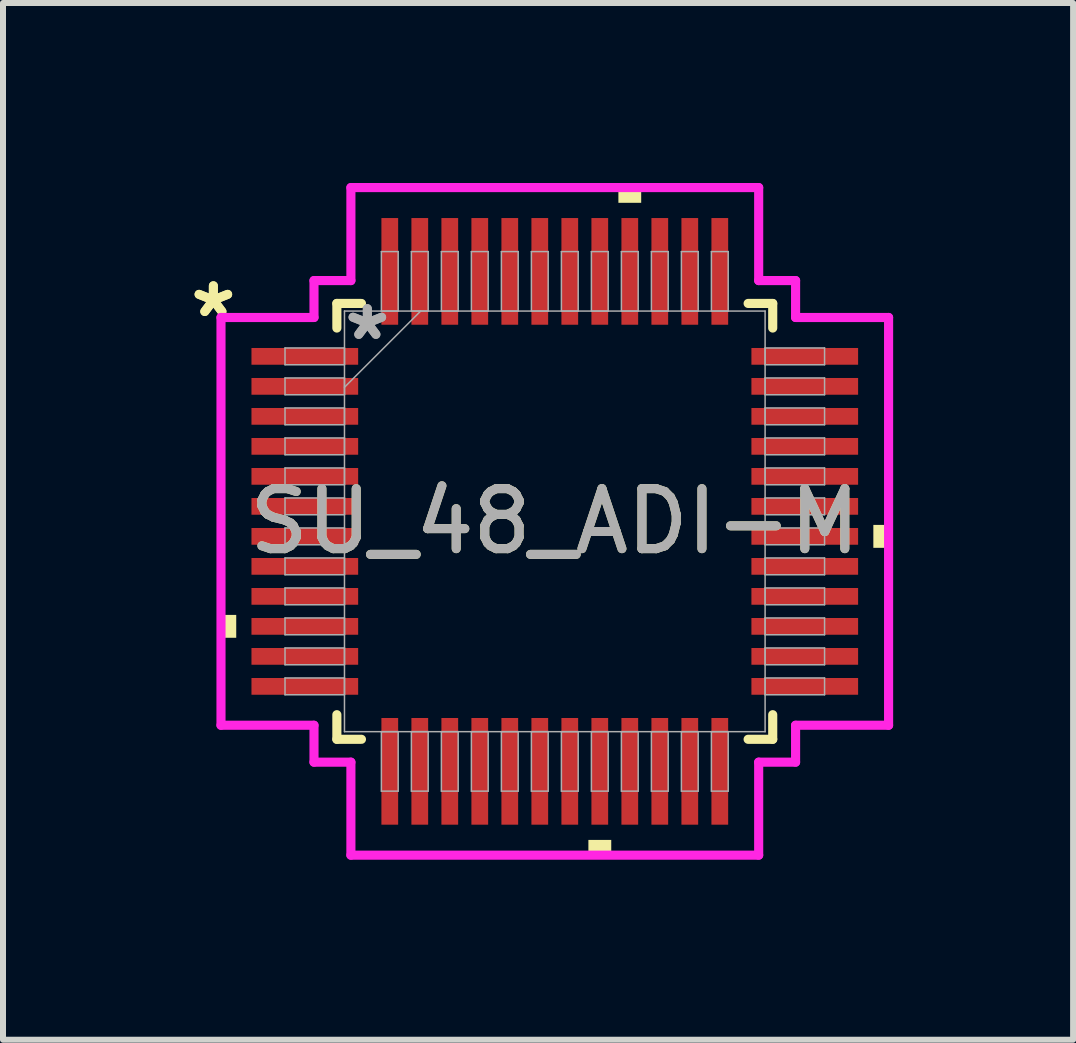
<source format=kicad_pcb>
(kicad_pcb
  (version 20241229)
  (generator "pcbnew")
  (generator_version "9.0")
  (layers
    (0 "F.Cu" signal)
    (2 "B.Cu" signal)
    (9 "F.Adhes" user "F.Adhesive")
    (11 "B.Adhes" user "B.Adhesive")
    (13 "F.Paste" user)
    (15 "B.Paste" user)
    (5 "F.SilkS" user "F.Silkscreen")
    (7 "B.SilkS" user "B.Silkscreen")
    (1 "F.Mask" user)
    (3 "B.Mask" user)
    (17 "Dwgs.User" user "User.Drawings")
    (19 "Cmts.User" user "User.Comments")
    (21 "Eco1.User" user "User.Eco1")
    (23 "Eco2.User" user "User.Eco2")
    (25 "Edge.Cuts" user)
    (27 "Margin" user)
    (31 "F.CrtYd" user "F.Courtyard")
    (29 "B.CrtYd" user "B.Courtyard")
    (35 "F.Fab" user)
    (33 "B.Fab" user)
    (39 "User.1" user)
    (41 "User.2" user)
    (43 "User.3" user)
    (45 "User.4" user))
  (footprint "SU_48_ADI-M"
    (layer "F.Cu")
    (at 6.196 5.639)
    (property "Reference" "SU_48_ADI-M" (at 0 0 0) (unlocked yes) (layer "F.SilkS") (effects (font (size 1 1) (thickness 0.15))))
    (attr smd)
    (fp_line (start -3.632 -3.632) (end -3.632 -3.222) (stroke (width 0.152) (type solid)) (layer "F.SilkS"))
    (fp_line (start -3.632 3.222) (end -3.632 3.632) (stroke (width 0.152) (type solid)) (layer "F.SilkS"))
    (fp_line (start -3.632 3.632) (end -3.222 3.632) (stroke (width 0.152) (type solid)) (layer "F.SilkS"))
    (fp_line (start -3.222 -3.632) (end -3.632 -3.632) (stroke (width 0.152) (type solid)) (layer "F.SilkS"))
    (fp_line (start 3.222 3.632) (end 3.632 3.632) (stroke (width 0.152) (type solid)) (layer "F.SilkS"))
    (fp_line (start 3.632 -3.632) (end 3.222 -3.632) (stroke (width 0.152) (type solid)) (layer "F.SilkS"))
    (fp_line (start 3.632 -3.222) (end 3.632 -3.632) (stroke (width 0.152) (type solid)) (layer "F.SilkS"))
    (fp_line (start 3.632 3.632) (end 3.632 3.222) (stroke (width 0.152) (type solid)) (layer "F.SilkS"))
    (fp_poly (pts (xy -5.563 1.559) (xy -5.563 1.94) (xy -5.309 1.94) (xy -5.309 1.559)) (stroke (width 0) (type solid)) (fill yes) (layer "F.SilkS"))
    (fp_poly (pts (xy 0.56 5.309) (xy 0.56 5.563) (xy 0.941 5.563) (xy 0.941 5.309)) (stroke (width 0) (type solid)) (fill yes) (layer "F.SilkS"))
    (fp_poly (pts (xy 1.06 -5.309) (xy 1.06 -5.563) (xy 1.44 -5.563) (xy 1.44 -5.309)) (stroke (width 0) (type solid)) (fill yes) (layer "F.SilkS"))
    (fp_poly (pts (xy 5.563 0.059) (xy 5.563 0.441) (xy 5.309 0.441) (xy 5.309 0.059)) (stroke (width 0) (type solid)) (fill yes) (layer "F.SilkS"))
    (fp_line (start -5.563 -3.398) (end -4.013 -3.398) (stroke (width 0.152) (type solid)) (layer "F.CrtYd"))
    (fp_line (start -5.563 3.398) (end -5.563 -3.398) (stroke (width 0.152) (type solid)) (layer "F.CrtYd"))
    (fp_line (start -4.013 -4.013) (end -3.398 -4.013) (stroke (width 0.152) (type solid)) (layer "F.CrtYd"))
    (fp_line (start -4.013 -3.398) (end -4.013 -4.013) (stroke (width 0.152) (type solid)) (layer "F.CrtYd"))
    (fp_line (start -4.013 3.398) (end -5.563 3.398) (stroke (width 0.152) (type solid)) (layer "F.CrtYd"))
    (fp_line (start -4.013 4.013) (end -4.013 3.398) (stroke (width 0.152) (type solid)) (layer "F.CrtYd"))
    (fp_line (start -4.013 4.013) (end -3.398 4.013) (stroke (width 0.152) (type solid)) (layer "F.CrtYd"))
    (fp_line (start -3.398 -5.563) (end 3.398 -5.563) (stroke (width 0.152) (type solid)) (layer "F.CrtYd"))
    (fp_line (start -3.398 -4.013) (end -3.398 -5.563) (stroke (width 0.152) (type solid)) (layer "F.CrtYd"))
    (fp_line (start -3.398 4.013) (end -3.398 5.563) (stroke (width 0.152) (type solid)) (layer "F.CrtYd"))
    (fp_line (start -3.398 5.563) (end 3.398 5.563) (stroke (width 0.152) (type solid)) (layer "F.CrtYd"))
    (fp_line (start 3.398 -5.563) (end 3.398 -4.013) (stroke (width 0.152) (type solid)) (layer "F.CrtYd"))
    (fp_line (start 3.398 -4.013) (end 4.013 -4.013) (stroke (width 0.152) (type solid)) (layer "F.CrtYd"))
    (fp_line (start 3.398 4.013) (end 4.013 4.013) (stroke (width 0.152) (type solid)) (layer "F.CrtYd"))
    (fp_line (start 3.398 5.563) (end 3.398 4.013) (stroke (width 0.152) (type solid)) (layer "F.CrtYd"))
    (fp_line (start 4.013 -3.398) (end 4.013 -4.013) (stroke (width 0.152) (type solid)) (layer "F.CrtYd"))
    (fp_line (start 4.013 3.398) (end 5.563 3.398) (stroke (width 0.152) (type solid)) (layer "F.CrtYd"))
    (fp_line (start 4.013 4.013) (end 4.013 3.398) (stroke (width 0.152) (type solid)) (layer "F.CrtYd"))
    (fp_line (start 5.563 -3.398) (end 4.013 -3.398) (stroke (width 0.152) (type solid)) (layer "F.CrtYd"))
    (fp_line (start 5.563 3.398) (end 5.563 -3.398) (stroke (width 0.152) (type solid)) (layer "F.CrtYd"))
    (fp_line (start -4.496 -2.89) (end -4.496 -2.61) (stroke (width 0.025) (type solid)) (layer "F.Fab"))
    (fp_line (start -4.496 -2.61) (end -3.505 -2.61) (stroke (width 0.025) (type solid)) (layer "F.Fab"))
    (fp_line (start -4.496 -2.39) (end -4.496 -2.11) (stroke (width 0.025) (type solid)) (layer "F.Fab"))
    (fp_line (start -4.496 -2.11) (end -3.505 -2.11) (stroke (width 0.025) (type solid)) (layer "F.Fab"))
    (fp_line (start -4.496 -1.89) (end -4.496 -1.61) (stroke (width 0.025) (type solid)) (layer "F.Fab"))
    (fp_line (start -4.496 -1.61) (end -3.505 -1.61) (stroke (width 0.025) (type solid)) (layer "F.Fab"))
    (fp_line (start -4.496 -1.39) (end -4.496 -1.11) (stroke (width 0.025) (type solid)) (layer "F.Fab"))
    (fp_line (start -4.496 -1.11) (end -3.505 -1.11) (stroke (width 0.025) (type solid)) (layer "F.Fab"))
    (fp_line (start -4.496 -0.89) (end -4.496 -0.61) (stroke (width 0.025) (type solid)) (layer "F.Fab"))
    (fp_line (start -4.496 -0.61) (end -3.505 -0.61) (stroke (width 0.025) (type solid)) (layer "F.Fab"))
    (fp_line (start -4.496 -0.39) (end -4.496 -0.11) (stroke (width 0.025) (type solid)) (layer "F.Fab"))
    (fp_line (start -4.496 -0.11) (end -3.505 -0.11) (stroke (width 0.025) (type solid)) (layer "F.Fab"))
    (fp_line (start -4.496 0.11) (end -4.496 0.39) (stroke (width 0.025) (type solid)) (layer "F.Fab"))
    (fp_line (start -4.496 0.39) (end -3.505 0.39) (stroke (width 0.025) (type solid)) (layer "F.Fab"))
    (fp_line (start -4.496 0.61) (end -4.496 0.89) (stroke (width 0.025) (type solid)) (layer "F.Fab"))
    (fp_line (start -4.496 0.89) (end -3.505 0.89) (stroke (width 0.025) (type solid)) (layer "F.Fab"))
    (fp_line (start -4.496 1.11) (end -4.496 1.39) (stroke (width 0.025) (type solid)) (layer "F.Fab"))
    (fp_line (start -4.496 1.39) (end -3.505 1.39) (stroke (width 0.025) (type solid)) (layer "F.Fab"))
    (fp_line (start -4.496 1.61) (end -4.496 1.89) (stroke (width 0.025) (type solid)) (layer "F.Fab"))
    (fp_line (start -4.496 1.89) (end -3.505 1.89) (stroke (width 0.025) (type solid)) (layer "F.Fab"))
    (fp_line (start -4.496 2.11) (end -4.496 2.39) (stroke (width 0.025) (type solid)) (layer "F.Fab"))
    (fp_line (start -4.496 2.39) (end -3.505 2.39) (stroke (width 0.025) (type solid)) (layer "F.Fab"))
    (fp_line (start -4.496 2.61) (end -4.496 2.89) (stroke (width 0.025) (type solid)) (layer "F.Fab"))
    (fp_line (start -4.496 2.89) (end -3.505 2.89) (stroke (width 0.025) (type solid)) (layer "F.Fab"))
    (fp_line (start -3.505 -3.505) (end -3.505 3.505) (stroke (width 0.025) (type solid)) (layer "F.Fab"))
    (fp_line (start -3.505 -2.89) (end -4.496 -2.89) (stroke (width 0.025) (type solid)) (layer "F.Fab"))
    (fp_line (start -3.505 -2.61) (end -3.505 -2.89) (stroke (width 0.025) (type solid)) (layer "F.Fab"))
    (fp_line (start -3.505 -2.39) (end -4.496 -2.39) (stroke (width 0.025) (type solid)) (layer "F.Fab"))
    (fp_line (start -3.505 -2.235) (end -2.235 -3.505) (stroke (width 0.025) (type solid)) (layer "F.Fab"))
    (fp_line (start -3.505 -2.11) (end -3.505 -2.39) (stroke (width 0.025) (type solid)) (layer "F.Fab"))
    (fp_line (start -3.505 -1.89) (end -4.496 -1.89) (stroke (width 0.025) (type solid)) (layer "F.Fab"))
    (fp_line (start -3.505 -1.61) (end -3.505 -1.89) (stroke (width 0.025) (type solid)) (layer "F.Fab"))
    (fp_line (start -3.505 -1.39) (end -4.496 -1.39) (stroke (width 0.025) (type solid)) (layer "F.Fab"))
    (fp_line (start -3.505 -1.11) (end -3.505 -1.39) (stroke (width 0.025) (type solid)) (layer "F.Fab"))
    (fp_line (start -3.505 -0.89) (end -4.496 -0.89) (stroke (width 0.025) (type solid)) (layer "F.Fab"))
    (fp_line (start -3.505 -0.61) (end -3.505 -0.89) (stroke (width 0.025) (type solid)) (layer "F.Fab"))
    (fp_line (start -3.505 -0.39) (end -4.496 -0.39) (stroke (width 0.025) (type solid)) (layer "F.Fab"))
    (fp_line (start -3.505 -0.11) (end -3.505 -0.39) (stroke (width 0.025) (type solid)) (layer "F.Fab"))
    (fp_line (start -3.505 0.11) (end -4.496 0.11) (stroke (width 0.025) (type solid)) (layer "F.Fab"))
    (fp_line (start -3.505 0.39) (end -3.505 0.11) (stroke (width 0.025) (type solid)) (layer "F.Fab"))
    (fp_line (start -3.505 0.61) (end -4.496 0.61) (stroke (width 0.025) (type solid)) (layer "F.Fab"))
    (fp_line (start -3.505 0.89) (end -3.505 0.61) (stroke (width 0.025) (type solid)) (layer "F.Fab"))
    (fp_line (start -3.505 1.11) (end -4.496 1.11) (stroke (width 0.025) (type solid)) (layer "F.Fab"))
    (fp_line (start -3.505 1.39) (end -3.505 1.11) (stroke (width 0.025) (type solid)) (layer "F.Fab"))
    (fp_line (start -3.505 1.61) (end -4.496 1.61) (stroke (width 0.025) (type solid)) (layer "F.Fab"))
    (fp_line (start -3.505 1.89) (end -3.505 1.61) (stroke (width 0.025) (type solid)) (layer "F.Fab"))
    (fp_line (start -3.505 2.11) (end -4.496 2.11) (stroke (width 0.025) (type solid)) (layer "F.Fab"))
    (fp_line (start -3.505 2.39) (end -3.505 2.11) (stroke (width 0.025) (type solid)) (layer "F.Fab"))
    (fp_line (start -3.505 2.61) (end -4.496 2.61) (stroke (width 0.025) (type solid)) (layer "F.Fab"))
    (fp_line (start -3.505 2.89) (end -3.505 2.61) (stroke (width 0.025) (type solid)) (layer "F.Fab"))
    (fp_line (start -3.505 3.505) (end 3.505 3.505) (stroke (width 0.025) (type solid)) (layer "F.Fab"))
    (fp_line (start -2.89 -4.496) (end -2.89 -3.505) (stroke (width 0.025) (type solid)) (layer "F.Fab"))
    (fp_line (start -2.89 -3.505) (end -2.61 -3.505) (stroke (width 0.025) (type solid)) (layer "F.Fab"))
    (fp_line (start -2.89 3.505) (end -2.89 4.496) (stroke (width 0.025) (type solid)) (layer "F.Fab"))
    (fp_line (start -2.89 4.496) (end -2.61 4.496) (stroke (width 0.025) (type solid)) (layer "F.Fab"))
    (fp_line (start -2.61 -4.496) (end -2.89 -4.496) (stroke (width 0.025) (type solid)) (layer "F.Fab"))
    (fp_line (start -2.61 -3.505) (end -2.61 -4.496) (stroke (width 0.025) (type solid)) (layer "F.Fab"))
    (fp_line (start -2.61 3.505) (end -2.89 3.505) (stroke (width 0.025) (type solid)) (layer "F.Fab"))
    (fp_line (start -2.61 4.496) (end -2.61 3.505) (stroke (width 0.025) (type solid)) (layer "F.Fab"))
    (fp_line (start -2.39 -4.496) (end -2.39 -3.505) (stroke (width 0.025) (type solid)) (layer "F.Fab"))
    (fp_line (start -2.39 -3.505) (end -2.11 -3.505) (stroke (width 0.025) (type solid)) (layer "F.Fab"))
    (fp_line (start -2.39 3.505) (end -2.39 4.496) (stroke (width 0.025) (type solid)) (layer "F.Fab"))
    (fp_line (start -2.39 4.496) (end -2.11 4.496) (stroke (width 0.025) (type solid)) (layer "F.Fab"))
    (fp_line (start -2.11 -4.496) (end -2.39 -4.496) (stroke (width 0.025) (type solid)) (layer "F.Fab"))
    (fp_line (start -2.11 -3.505) (end -2.11 -4.496) (stroke (width 0.025) (type solid)) (layer "F.Fab"))
    (fp_line (start -2.11 3.505) (end -2.39 3.505) (stroke (width 0.025) (type solid)) (layer "F.Fab"))
    (fp_line (start -2.11 4.496) (end -2.11 3.505) (stroke (width 0.025) (type solid)) (layer "F.Fab"))
    (fp_line (start -1.89 -4.496) (end -1.89 -3.505) (stroke (width 0.025) (type solid)) (layer "F.Fab"))
    (fp_line (start -1.89 -3.505) (end -1.61 -3.505) (stroke (width 0.025) (type solid)) (layer "F.Fab"))
    (fp_line (start -1.89 3.505) (end -1.89 4.496) (stroke (width 0.025) (type solid)) (layer "F.Fab"))
    (fp_line (start -1.89 4.496) (end -1.61 4.496) (stroke (width 0.025) (type solid)) (layer "F.Fab"))
    (fp_line (start -1.61 -4.496) (end -1.89 -4.496) (stroke (width 0.025) (type solid)) (layer "F.Fab"))
    (fp_line (start -1.61 -3.505) (end -1.61 -4.496) (stroke (width 0.025) (type solid)) (layer "F.Fab"))
    (fp_line (start -1.61 3.505) (end -1.89 3.505) (stroke (width 0.025) (type solid)) (layer "F.Fab"))
    (fp_line (start -1.61 4.496) (end -1.61 3.505) (stroke (width 0.025) (type solid)) (layer "F.Fab"))
    (fp_line (start -1.39 -4.496) (end -1.39 -3.505) (stroke (width 0.025) (type solid)) (layer "F.Fab"))
    (fp_line (start -1.39 -3.505) (end -1.11 -3.505) (stroke (width 0.025) (type solid)) (layer "F.Fab"))
    (fp_line (start -1.39 3.505) (end -1.39 4.496) (stroke (width 0.025) (type solid)) (layer "F.Fab"))
    (fp_line (start -1.39 4.496) (end -1.11 4.496) (stroke (width 0.025) (type solid)) (layer "F.Fab"))
    (fp_line (start -1.11 -4.496) (end -1.39 -4.496) (stroke (width 0.025) (type solid)) (layer "F.Fab"))
    (fp_line (start -1.11 -3.505) (end -1.11 -4.496) (stroke (width 0.025) (type solid)) (layer "F.Fab"))
    (fp_line (start -1.11 3.505) (end -1.39 3.505) (stroke (width 0.025) (type solid)) (layer "F.Fab"))
    (fp_line (start -1.11 4.496) (end -1.11 3.505) (stroke (width 0.025) (type solid)) (layer "F.Fab"))
    (fp_line (start -0.89 -4.496) (end -0.89 -3.505) (stroke (width 0.025) (type solid)) (layer "F.Fab"))
    (fp_line (start -0.89 -3.505) (end -0.61 -3.505) (stroke (width 0.025) (type solid)) (layer "F.Fab"))
    (fp_line (start -0.89 3.505) (end -0.89 4.496) (stroke (width 0.025) (type solid)) (layer "F.Fab"))
    (fp_line (start -0.89 4.496) (end -0.61 4.496) (stroke (width 0.025) (type solid)) (layer "F.Fab"))
    (fp_line (start -0.61 -4.496) (end -0.89 -4.496) (stroke (width 0.025) (type solid)) (layer "F.Fab"))
    (fp_line (start -0.61 -3.505) (end -0.61 -4.496) (stroke (width 0.025) (type solid)) (layer "F.Fab"))
    (fp_line (start -0.61 3.505) (end -0.89 3.505) (stroke (width 0.025) (type solid)) (layer "F.Fab"))
    (fp_line (start -0.61 4.496) (end -0.61 3.505) (stroke (width 0.025) (type solid)) (layer "F.Fab"))
    (fp_line (start -0.39 -4.496) (end -0.39 -3.505) (stroke (width 0.025) (type solid)) (layer "F.Fab"))
    (fp_line (start -0.39 -3.505) (end -0.11 -3.505) (stroke (width 0.025) (type solid)) (layer "F.Fab"))
    (fp_line (start -0.39 3.505) (end -0.39 4.496) (stroke (width 0.025) (type solid)) (layer "F.Fab"))
    (fp_line (start -0.39 4.496) (end -0.11 4.496) (stroke (width 0.025) (type solid)) (layer "F.Fab"))
    (fp_line (start -0.11 -4.496) (end -0.39 -4.496) (stroke (width 0.025) (type solid)) (layer "F.Fab"))
    (fp_line (start -0.11 -3.505) (end -0.11 -4.496) (stroke (width 0.025) (type solid)) (layer "F.Fab"))
    (fp_line (start -0.11 3.505) (end -0.39 3.505) (stroke (width 0.025) (type solid)) (layer "F.Fab"))
    (fp_line (start -0.11 4.496) (end -0.11 3.505) (stroke (width 0.025) (type solid)) (layer "F.Fab"))
    (fp_line (start 0.11 -4.496) (end 0.11 -3.505) (stroke (width 0.025) (type solid)) (layer "F.Fab"))
    (fp_line (start 0.11 -3.505) (end 0.39 -3.505) (stroke (width 0.025) (type solid)) (layer "F.Fab"))
    (fp_line (start 0.11 3.505) (end 0.11 4.496) (stroke (width 0.025) (type solid)) (layer "F.Fab"))
    (fp_line (start 0.11 4.496) (end 0.39 4.496) (stroke (width 0.025) (type solid)) (layer "F.Fab"))
    (fp_line (start 0.39 -4.496) (end 0.11 -4.496) (stroke (width 0.025) (type solid)) (layer "F.Fab"))
    (fp_line (start 0.39 -3.505) (end 0.39 -4.496) (stroke (width 0.025) (type solid)) (layer "F.Fab"))
    (fp_line (start 0.39 3.505) (end 0.11 3.505) (stroke (width 0.025) (type solid)) (layer "F.Fab"))
    (fp_line (start 0.39 4.496) (end 0.39 3.505) (stroke (width 0.025) (type solid)) (layer "F.Fab"))
    (fp_line (start 0.61 -4.496) (end 0.61 -3.505) (stroke (width 0.025) (type solid)) (layer "F.Fab"))
    (fp_line (start 0.61 -3.505) (end 0.89 -3.505) (stroke (width 0.025) (type solid)) (layer "F.Fab"))
    (fp_line (start 0.61 3.505) (end 0.61 4.496) (stroke (width 0.025) (type solid)) (layer "F.Fab"))
    (fp_line (start 0.61 4.496) (end 0.89 4.496) (stroke (width 0.025) (type solid)) (layer "F.Fab"))
    (fp_line (start 0.89 -4.496) (end 0.61 -4.496) (stroke (width 0.025) (type solid)) (layer "F.Fab"))
    (fp_line (start 0.89 -3.505) (end 0.89 -4.496) (stroke (width 0.025) (type solid)) (layer "F.Fab"))
    (fp_line (start 0.89 3.505) (end 0.61 3.505) (stroke (width 0.025) (type solid)) (layer "F.Fab"))
    (fp_line (start 0.89 4.496) (end 0.89 3.505) (stroke (width 0.025) (type solid)) (layer "F.Fab"))
    (fp_line (start 1.11 -4.496) (end 1.11 -3.505) (stroke (width 0.025) (type solid)) (layer "F.Fab"))
    (fp_line (start 1.11 -3.505) (end 1.39 -3.505) (stroke (width 0.025) (type solid)) (layer "F.Fab"))
    (fp_line (start 1.11 3.505) (end 1.11 4.496) (stroke (width 0.025) (type solid)) (layer "F.Fab"))
    (fp_line (start 1.11 4.496) (end 1.39 4.496) (stroke (width 0.025) (type solid)) (layer "F.Fab"))
    (fp_line (start 1.39 -4.496) (end 1.11 -4.496) (stroke (width 0.025) (type solid)) (layer "F.Fab"))
    (fp_line (start 1.39 -3.505) (end 1.39 -4.496) (stroke (width 0.025) (type solid)) (layer "F.Fab"))
    (fp_line (start 1.39 3.505) (end 1.11 3.505) (stroke (width 0.025) (type solid)) (layer "F.Fab"))
    (fp_line (start 1.39 4.496) (end 1.39 3.505) (stroke (width 0.025) (type solid)) (layer "F.Fab"))
    (fp_line (start 1.61 -4.496) (end 1.61 -3.505) (stroke (width 0.025) (type solid)) (layer "F.Fab"))
    (fp_line (start 1.61 -3.505) (end 1.89 -3.505) (stroke (width 0.025) (type solid)) (layer "F.Fab"))
    (fp_line (start 1.61 3.505) (end 1.61 4.496) (stroke (width 0.025) (type solid)) (layer "F.Fab"))
    (fp_line (start 1.61 4.496) (end 1.89 4.496) (stroke (width 0.025) (type solid)) (layer "F.Fab"))
    (fp_line (start 1.89 -4.496) (end 1.61 -4.496) (stroke (width 0.025) (type solid)) (layer "F.Fab"))
    (fp_line (start 1.89 -3.505) (end 1.89 -4.496) (stroke (width 0.025) (type solid)) (layer "F.Fab"))
    (fp_line (start 1.89 3.505) (end 1.61 3.505) (stroke (width 0.025) (type solid)) (layer "F.Fab"))
    (fp_line (start 1.89 4.496) (end 1.89 3.505) (stroke (width 0.025) (type solid)) (layer "F.Fab"))
    (fp_line (start 2.11 -4.496) (end 2.11 -3.505) (stroke (width 0.025) (type solid)) (layer "F.Fab"))
    (fp_line (start 2.11 -3.505) (end 2.39 -3.505) (stroke (width 0.025) (type solid)) (layer "F.Fab"))
    (fp_line (start 2.11 3.505) (end 2.11 4.496) (stroke (width 0.025) (type solid)) (layer "F.Fab"))
    (fp_line (start 2.11 4.496) (end 2.39 4.496) (stroke (width 0.025) (type solid)) (layer "F.Fab"))
    (fp_line (start 2.39 -4.496) (end 2.11 -4.496) (stroke (width 0.025) (type solid)) (layer "F.Fab"))
    (fp_line (start 2.39 -3.505) (end 2.39 -4.496) (stroke (width 0.025) (type solid)) (layer "F.Fab"))
    (fp_line (start 2.39 3.505) (end 2.11 3.505) (stroke (width 0.025) (type solid)) (layer "F.Fab"))
    (fp_line (start 2.39 4.496) (end 2.39 3.505) (stroke (width 0.025) (type solid)) (layer "F.Fab"))
    (fp_line (start 2.61 -4.496) (end 2.61 -3.505) (stroke (width 0.025) (type solid)) (layer "F.Fab"))
    (fp_line (start 2.61 -3.505) (end 2.89 -3.505) (stroke (width 0.025) (type solid)) (layer "F.Fab"))
    (fp_line (start 2.61 3.505) (end 2.61 4.496) (stroke (width 0.025) (type solid)) (layer "F.Fab"))
    (fp_line (start 2.61 4.496) (end 2.89 4.496) (stroke (width 0.025) (type solid)) (layer "F.Fab"))
    (fp_line (start 2.89 -4.496) (end 2.61 -4.496) (stroke (width 0.025) (type solid)) (layer "F.Fab"))
    (fp_line (start 2.89 -3.505) (end 2.89 -4.496) (stroke (width 0.025) (type solid)) (layer "F.Fab"))
    (fp_line (start 2.89 3.505) (end 2.61 3.505) (stroke (width 0.025) (type solid)) (layer "F.Fab"))
    (fp_line (start 2.89 4.496) (end 2.89 3.505) (stroke (width 0.025) (type solid)) (layer "F.Fab"))
    (fp_line (start 3.505 -3.505) (end -3.505 -3.505) (stroke (width 0.025) (type solid)) (layer "F.Fab"))
    (fp_line (start 3.505 -2.89) (end 3.505 -2.61) (stroke (width 0.025) (type solid)) (layer "F.Fab"))
    (fp_line (start 3.505 -2.61) (end 4.496 -2.61) (stroke (width 0.025) (type solid)) (layer "F.Fab"))
    (fp_line (start 3.505 -2.39) (end 3.505 -2.11) (stroke (width 0.025) (type solid)) (layer "F.Fab"))
    (fp_line (start 3.505 -2.11) (end 4.496 -2.11) (stroke (width 0.025) (type solid)) (layer "F.Fab"))
    (fp_line (start 3.505 -1.89) (end 3.505 -1.61) (stroke (width 0.025) (type solid)) (layer "F.Fab"))
    (fp_line (start 3.505 -1.61) (end 4.496 -1.61) (stroke (width 0.025) (type solid)) (layer "F.Fab"))
    (fp_line (start 3.505 -1.39) (end 3.505 -1.11) (stroke (width 0.025) (type solid)) (layer "F.Fab"))
    (fp_line (start 3.505 -1.11) (end 4.496 -1.11) (stroke (width 0.025) (type solid)) (layer "F.Fab"))
    (fp_line (start 3.505 -0.89) (end 3.505 -0.61) (stroke (width 0.025) (type solid)) (layer "F.Fab"))
    (fp_line (start 3.505 -0.61) (end 4.496 -0.61) (stroke (width 0.025) (type solid)) (layer "F.Fab"))
    (fp_line (start 3.505 -0.39) (end 3.505 -0.11) (stroke (width 0.025) (type solid)) (layer "F.Fab"))
    (fp_line (start 3.505 -0.11) (end 4.496 -0.11) (stroke (width 0.025) (type solid)) (layer "F.Fab"))
    (fp_line (start 3.505 0.11) (end 3.505 0.39) (stroke (width 0.025) (type solid)) (layer "F.Fab"))
    (fp_line (start 3.505 0.39) (end 4.496 0.39) (stroke (width 0.025) (type solid)) (layer "F.Fab"))
    (fp_line (start 3.505 0.61) (end 3.505 0.89) (stroke (width 0.025) (type solid)) (layer "F.Fab"))
    (fp_line (start 3.505 0.89) (end 4.496 0.89) (stroke (width 0.025) (type solid)) (layer "F.Fab"))
    (fp_line (start 3.505 1.11) (end 3.505 1.39) (stroke (width 0.025) (type solid)) (layer "F.Fab"))
    (fp_line (start 3.505 1.39) (end 4.496 1.39) (stroke (width 0.025) (type solid)) (layer "F.Fab"))
    (fp_line (start 3.505 1.61) (end 3.505 1.89) (stroke (width 0.025) (type solid)) (layer "F.Fab"))
    (fp_line (start 3.505 1.89) (end 4.496 1.89) (stroke (width 0.025) (type solid)) (layer "F.Fab"))
    (fp_line (start 3.505 2.11) (end 3.505 2.39) (stroke (width 0.025) (type solid)) (layer "F.Fab"))
    (fp_line (start 3.505 2.39) (end 4.496 2.39) (stroke (width 0.025) (type solid)) (layer "F.Fab"))
    (fp_line (start 3.505 2.61) (end 3.505 2.89) (stroke (width 0.025) (type solid)) (layer "F.Fab"))
    (fp_line (start 3.505 2.89) (end 4.496 2.89) (stroke (width 0.025) (type solid)) (layer "F.Fab"))
    (fp_line (start 3.505 3.505) (end 3.505 -3.505) (stroke (width 0.025) (type solid)) (layer "F.Fab"))
    (fp_line (start 4.496 -2.89) (end 3.505 -2.89) (stroke (width 0.025) (type solid)) (layer "F.Fab"))
    (fp_line (start 4.496 -2.61) (end 4.496 -2.89) (stroke (width 0.025) (type solid)) (layer "F.Fab"))
    (fp_line (start 4.496 -2.39) (end 3.505 -2.39) (stroke (width 0.025) (type solid)) (layer "F.Fab"))
    (fp_line (start 4.496 -2.11) (end 4.496 -2.39) (stroke (width 0.025) (type solid)) (layer "F.Fab"))
    (fp_line (start 4.496 -1.89) (end 3.505 -1.89) (stroke (width 0.025) (type solid)) (layer "F.Fab"))
    (fp_line (start 4.496 -1.61) (end 4.496 -1.89) (stroke (width 0.025) (type solid)) (layer "F.Fab"))
    (fp_line (start 4.496 -1.39) (end 3.505 -1.39) (stroke (width 0.025) (type solid)) (layer "F.Fab"))
    (fp_line (start 4.496 -1.11) (end 4.496 -1.39) (stroke (width 0.025) (type solid)) (layer "F.Fab"))
    (fp_line (start 4.496 -0.89) (end 3.505 -0.89) (stroke (width 0.025) (type solid)) (layer "F.Fab"))
    (fp_line (start 4.496 -0.61) (end 4.496 -0.89) (stroke (width 0.025) (type solid)) (layer "F.Fab"))
    (fp_line (start 4.496 -0.39) (end 3.505 -0.39) (stroke (width 0.025) (type solid)) (layer "F.Fab"))
    (fp_line (start 4.496 -0.11) (end 4.496 -0.39) (stroke (width 0.025) (type solid)) (layer "F.Fab"))
    (fp_line (start 4.496 0.11) (end 3.505 0.11) (stroke (width 0.025) (type solid)) (layer "F.Fab"))
    (fp_line (start 4.496 0.39) (end 4.496 0.11) (stroke (width 0.025) (type solid)) (layer "F.Fab"))
    (fp_line (start 4.496 0.61) (end 3.505 0.61) (stroke (width 0.025) (type solid)) (layer "F.Fab"))
    (fp_line (start 4.496 0.89) (end 4.496 0.61) (stroke (width 0.025) (type solid)) (layer "F.Fab"))
    (fp_line (start 4.496 1.11) (end 3.505 1.11) (stroke (width 0.025) (type solid)) (layer "F.Fab"))
    (fp_line (start 4.496 1.39) (end 4.496 1.11) (stroke (width 0.025) (type solid)) (layer "F.Fab"))
    (fp_line (start 4.496 1.61) (end 3.505 1.61) (stroke (width 0.025) (type solid)) (layer "F.Fab"))
    (fp_line (start 4.496 1.89) (end 4.496 1.61) (stroke (width 0.025) (type solid)) (layer "F.Fab"))
    (fp_line (start 4.496 2.11) (end 3.505 2.11) (stroke (width 0.025) (type solid)) (layer "F.Fab"))
    (fp_line (start 4.496 2.39) (end 4.496 2.11) (stroke (width 0.025) (type solid)) (layer "F.Fab"))
    (fp_line (start 4.496 2.61) (end 3.505 2.61) (stroke (width 0.025) (type solid)) (layer "F.Fab"))
    (fp_line (start 4.496 2.89) (end 4.496 2.61) (stroke (width 0.025) (type solid)) (layer "F.Fab"))
    (fp_text user "*" (at -5.69 -3.381 0) (layer "F.SilkS") (effects (font (size 1 1) (thickness 0.15))))
    (fp_text user "*" (at -5.69 -3.381 0) (unlocked yes) (layer "F.SilkS") (effects (font (size 1 1) (thickness 0.15))))
    (fp_text user "*" (at -3.124 -3 0) (layer "F.Fab") (effects (font (size 1 1) (thickness 0.15))))
    (fp_text user "${REFERENCE}" (at 0 0 0) (unlocked yes) (layer "F.Fab") (effects (font (size 1 1) (thickness 0.15))))
    (fp_text user "*" (at -3.124 -3 0) (unlocked yes) (layer "F.Fab") (effects (font (size 1 1) (thickness 0.15))))
    (pad "1" smd rect (at -4.166 -2.75 90) (size 0.279 1.778) (layers "F.Cu" "F.Mask" "F.Paste"))
    (pad "2" smd rect (at -4.166 -2.25 90) (size 0.279 1.778) (layers "F.Cu" "F.Mask" "F.Paste"))
    (pad "3" smd rect (at -4.166 -1.75 90) (size 0.279 1.778) (layers "F.Cu" "F.Mask" "F.Paste"))
    (pad "4" smd rect (at -4.166 -1.25 90) (size 0.279 1.778) (layers "F.Cu" "F.Mask" "F.Paste"))
    (pad "5" smd rect (at -4.166 -0.75 90) (size 0.279 1.778) (layers "F.Cu" "F.Mask" "F.Paste"))
    (pad "6" smd rect (at -4.166 -0.25 90) (size 0.279 1.778) (layers "F.Cu" "F.Mask" "F.Paste"))
    (pad "7" smd rect (at -4.166 0.25 90) (size 0.279 1.778) (layers "F.Cu" "F.Mask" "F.Paste"))
    (pad "8" smd rect (at -4.166 0.75 90) (size 0.279 1.778) (layers "F.Cu" "F.Mask" "F.Paste"))
    (pad "9" smd rect (at -4.166 1.25 90) (size 0.279 1.778) (layers "F.Cu" "F.Mask" "F.Paste"))
    (pad "10" smd rect (at -4.166 1.75 90) (size 0.279 1.778) (layers "F.Cu" "F.Mask" "F.Paste"))
    (pad "11" smd rect (at -4.166 2.25 90) (size 0.279 1.778) (layers "F.Cu" "F.Mask" "F.Paste"))
    (pad "12" smd rect (at -4.166 2.75 90) (size 0.279 1.778) (layers "F.Cu" "F.Mask" "F.Paste"))
    (pad "13" smd rect (at -2.75 4.166) (size 0.279 1.778) (layers "F.Cu" "F.Mask" "F.Paste"))
    (pad "14" smd rect (at -2.25 4.166) (size 0.279 1.778) (layers "F.Cu" "F.Mask" "F.Paste"))
    (pad "15" smd rect (at -1.75 4.166) (size 0.279 1.778) (layers "F.Cu" "F.Mask" "F.Paste"))
    (pad "16" smd rect (at -1.25 4.166) (size 0.279 1.778) (layers "F.Cu" "F.Mask" "F.Paste"))
    (pad "17" smd rect (at -0.75 4.166) (size 0.279 1.778) (layers "F.Cu" "F.Mask" "F.Paste"))
    (pad "18" smd rect (at -0.25 4.166) (size 0.279 1.778) (layers "F.Cu" "F.Mask" "F.Paste"))
    (pad "19" smd rect (at 0.25 4.166) (size 0.279 1.778) (layers "F.Cu" "F.Mask" "F.Paste"))
    (pad "20" smd rect (at 0.75 4.166) (size 0.279 1.778) (layers "F.Cu" "F.Mask" "F.Paste"))
    (pad "21" smd rect (at 1.25 4.166) (size 0.279 1.778) (layers "F.Cu" "F.Mask" "F.Paste"))
    (pad "22" smd rect (at 1.75 4.166) (size 0.279 1.778) (layers "F.Cu" "F.Mask" "F.Paste"))
    (pad "23" smd rect (at 2.25 4.166) (size 0.279 1.778) (layers "F.Cu" "F.Mask" "F.Paste"))
    (pad "24" smd rect (at 2.75 4.166) (size 0.279 1.778) (layers "F.Cu" "F.Mask" "F.Paste"))
    (pad "25" smd rect (at 4.166 2.75 90) (size 0.279 1.778) (layers "F.Cu" "F.Mask" "F.Paste"))
    (pad "26" smd rect (at 4.166 2.25 90) (size 0.279 1.778) (layers "F.Cu" "F.Mask" "F.Paste"))
    (pad "27" smd rect (at 4.166 1.75 90) (size 0.279 1.778) (layers "F.Cu" "F.Mask" "F.Paste"))
    (pad "28" smd rect (at 4.166 1.25 90) (size 0.279 1.778) (layers "F.Cu" "F.Mask" "F.Paste"))
    (pad "29" smd rect (at 4.166 0.75 90) (size 0.279 1.778) (layers "F.Cu" "F.Mask" "F.Paste"))
    (pad "30" smd rect (at 4.166 0.25 90) (size 0.279 1.778) (layers "F.Cu" "F.Mask" "F.Paste"))
    (pad "31" smd rect (at 4.166 -0.25 90) (size 0.279 1.778) (layers "F.Cu" "F.Mask" "F.Paste"))
    (pad "32" smd rect (at 4.166 -0.75 90) (size 0.279 1.778) (layers "F.Cu" "F.Mask" "F.Paste"))
    (pad "33" smd rect (at 4.166 -1.25 90) (size 0.279 1.778) (layers "F.Cu" "F.Mask" "F.Paste"))
    (pad "34" smd rect (at 4.166 -1.75 90) (size 0.279 1.778) (layers "F.Cu" "F.Mask" "F.Paste"))
    (pad "35" smd rect (at 4.166 -2.25 90) (size 0.279 1.778) (layers "F.Cu" "F.Mask" "F.Paste"))
    (pad "36" smd rect (at 4.166 -2.75 90) (size 0.279 1.778) (layers "F.Cu" "F.Mask" "F.Paste"))
    (pad "37" smd rect (at 2.75 -4.166) (size 0.279 1.778) (layers "F.Cu" "F.Mask" "F.Paste"))
    (pad "38" smd rect (at 2.25 -4.166) (size 0.279 1.778) (layers "F.Cu" "F.Mask" "F.Paste"))
    (pad "39" smd rect (at 1.75 -4.166) (size 0.279 1.778) (layers "F.Cu" "F.Mask" "F.Paste"))
    (pad "40" smd rect (at 1.25 -4.166) (size 0.279 1.778) (layers "F.Cu" "F.Mask" "F.Paste"))
    (pad "41" smd rect (at 0.75 -4.166) (size 0.279 1.778) (layers "F.Cu" "F.Mask" "F.Paste"))
    (pad "42" smd rect (at 0.25 -4.166) (size 0.279 1.778) (layers "F.Cu" "F.Mask" "F.Paste"))
    (pad "43" smd rect (at -0.25 -4.166) (size 0.279 1.778) (layers "F.Cu" "F.Mask" "F.Paste"))
    (pad "44" smd rect (at -0.75 -4.166) (size 0.279 1.778) (layers "F.Cu" "F.Mask" "F.Paste"))
    (pad "45" smd rect (at -1.25 -4.166) (size 0.279 1.778) (layers "F.Cu" "F.Mask" "F.Paste"))
    (pad "46" smd rect (at -1.75 -4.166) (size 0.279 1.778) (layers "F.Cu" "F.Mask" "F.Paste"))
    (pad "47" smd rect (at -2.25 -4.166) (size 0.279 1.778) (layers "F.Cu" "F.Mask" "F.Paste"))
    (pad "48" smd rect (at -2.75 -4.166) (size 0.279 1.778) (layers "F.Cu" "F.Mask" "F.Paste")))
  (gr_rect
    (start -3 -3)
    (end 14.834 14.278)
    (stroke (width 0.1) (type default))
    (fill no)
    (layer "Edge.Cuts")))
</source>
